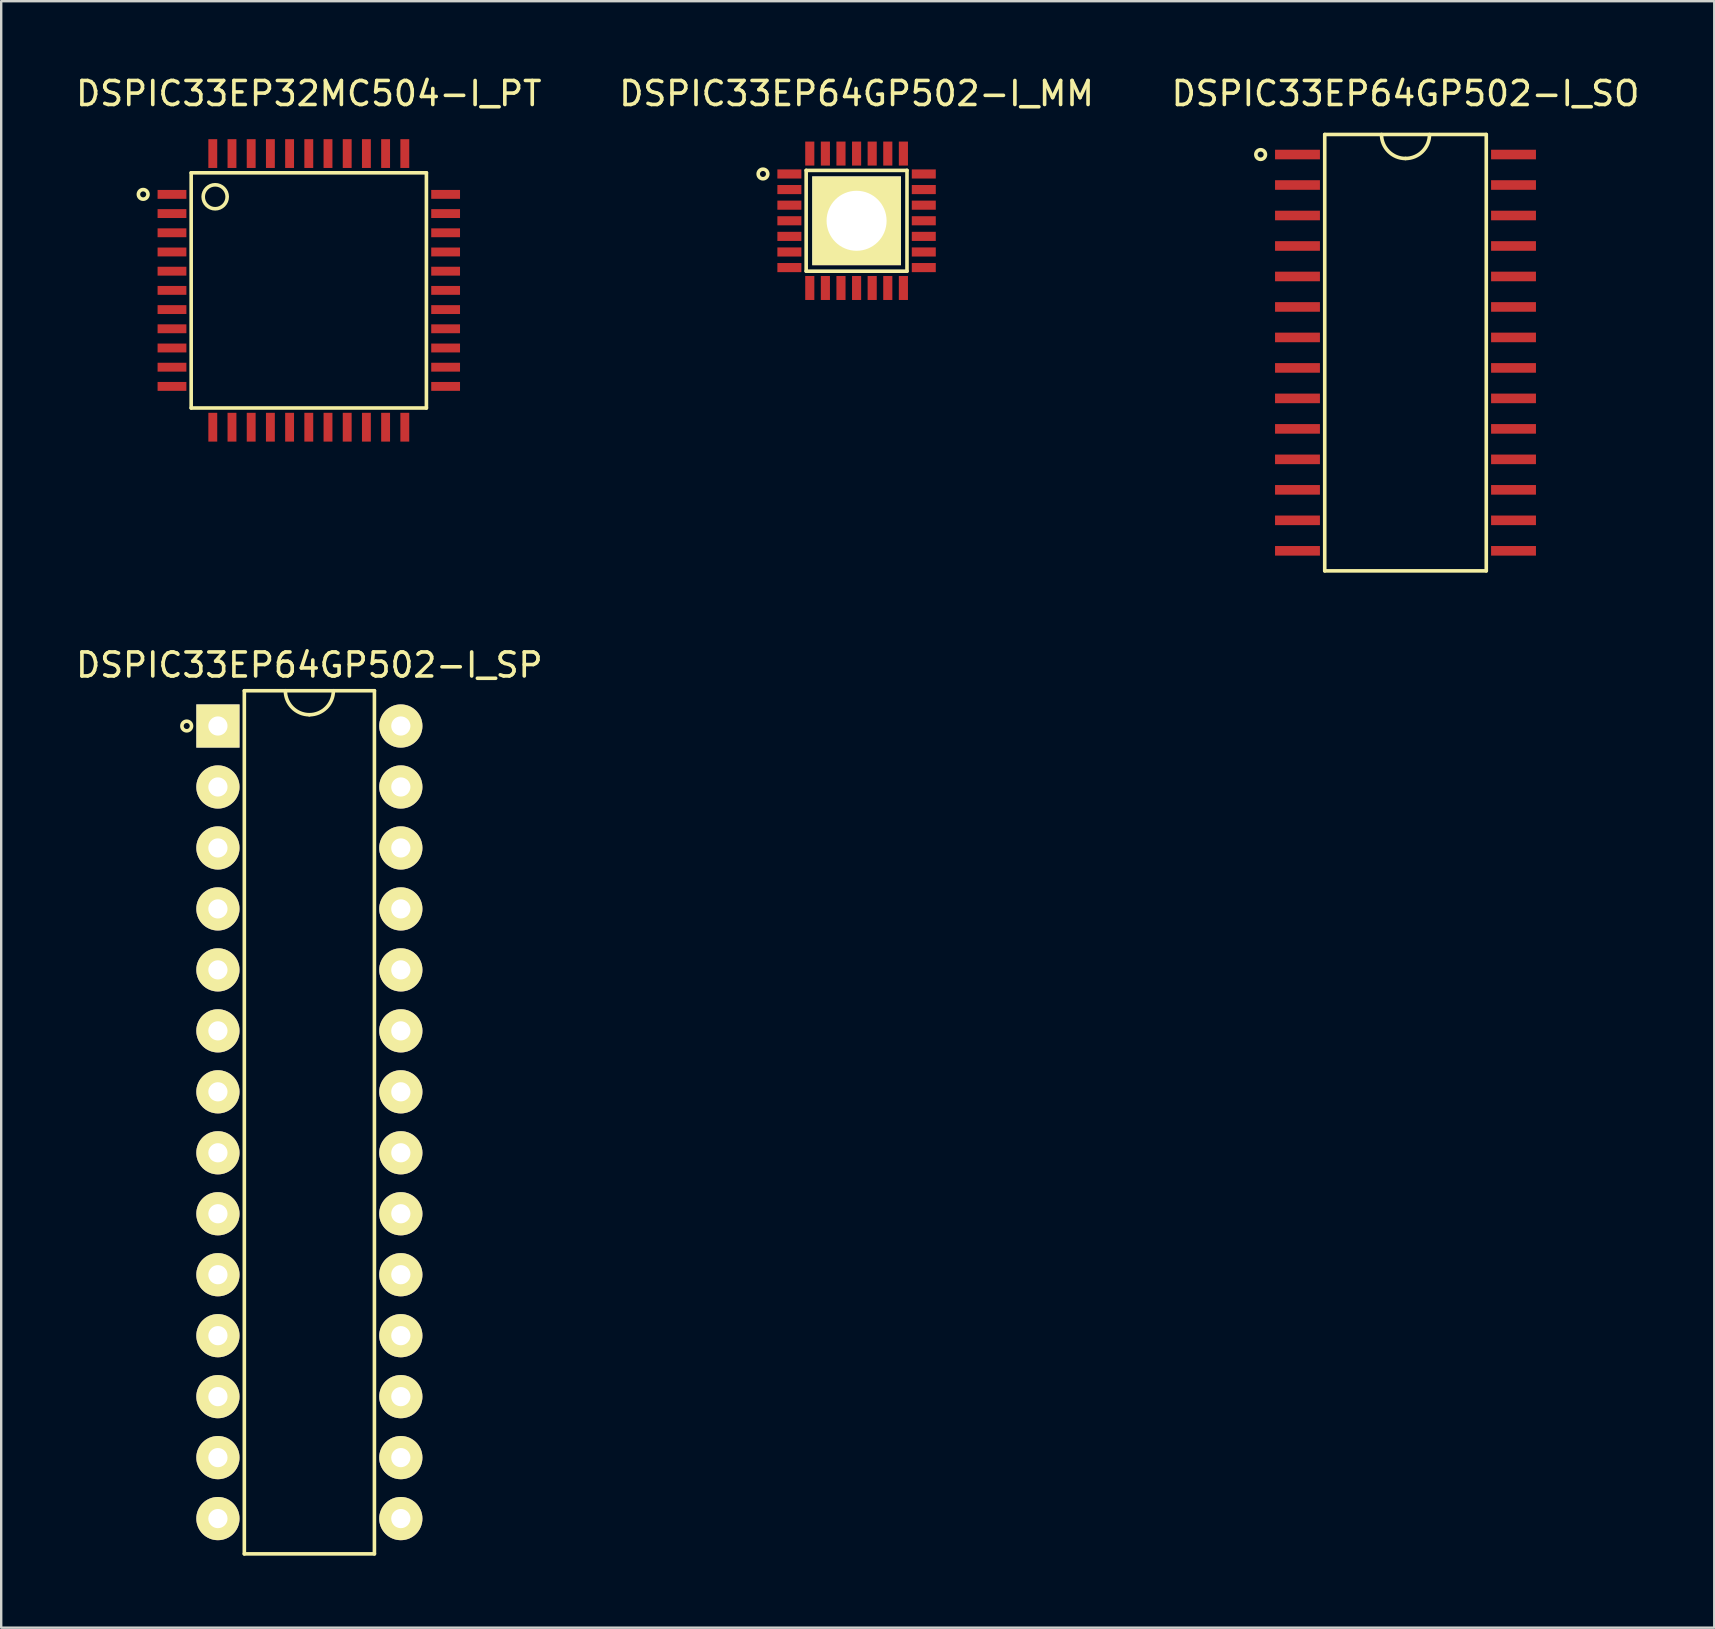
<source format=kicad_pcb>
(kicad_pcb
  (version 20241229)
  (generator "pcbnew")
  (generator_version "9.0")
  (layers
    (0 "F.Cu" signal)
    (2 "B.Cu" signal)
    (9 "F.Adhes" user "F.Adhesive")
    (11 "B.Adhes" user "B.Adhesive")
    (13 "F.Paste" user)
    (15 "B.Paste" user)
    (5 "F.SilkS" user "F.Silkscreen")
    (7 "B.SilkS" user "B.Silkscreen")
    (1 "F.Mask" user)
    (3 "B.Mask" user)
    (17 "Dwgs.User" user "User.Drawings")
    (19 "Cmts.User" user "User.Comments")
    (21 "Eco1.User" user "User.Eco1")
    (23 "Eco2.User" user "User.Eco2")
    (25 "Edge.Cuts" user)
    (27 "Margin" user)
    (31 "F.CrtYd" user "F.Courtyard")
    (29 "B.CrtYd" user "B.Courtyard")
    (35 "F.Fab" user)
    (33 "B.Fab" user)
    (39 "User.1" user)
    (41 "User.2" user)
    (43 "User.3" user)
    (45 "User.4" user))
  (footprint "DSPIC33EP64GP502-I_SO"
    (layer "F.Cu")
    (at 51.006 3.388)
    (property "Reference" "DSPIC33EP64GP502-I_SO" (at 4.5 -2.54 0) (layer "F.SilkS") (effects (font (size 1 1) (thickness 0.15))))
    (attr through_hole)
    (fp_line (start 1.135 -0.835) (end 7.865 -0.835) (stroke (width 0.15) (type solid)) (layer "F.SilkS"))
    (fp_line (start 1.135 17.345) (end 1.135 -0.835) (stroke (width 0.15) (type solid)) (layer "F.SilkS"))
    (fp_line (start 7.865 -0.835) (end 7.865 17.345) (stroke (width 0.15) (type solid)) (layer "F.SilkS"))
    (fp_line (start 7.865 17.345) (end 1.135 17.345) (stroke (width 0.15) (type solid)) (layer "F.SilkS"))
    (fp_arc (start 4.5 0.165) (mid 3.792893 -0.127893) (end 3.5 -0.835) (stroke (width 0.15) (type solid)) (layer "F.SilkS"))
    (fp_arc (start 5.5 -0.835) (mid 5.207107 -0.127893) (end 4.5 0.165) (stroke (width 0.15) (type solid)) (layer "F.SilkS"))
    (fp_circle (center -1.535 0) (end -1.535 0.2) (stroke (width 0.15) (type solid)) (fill no) (layer "F.SilkS"))
    (pad "1" smd rect (at 0 0) (size 1.87 0.4) (layers "F.Cu" "F.Mask" "F.Paste"))
    (pad "2" smd rect (at 0 1.27) (size 1.87 0.4) (layers "F.Cu" "F.Mask" "F.Paste"))
    (pad "3" smd rect (at 0 2.54) (size 1.87 0.4) (layers "F.Cu" "F.Mask" "F.Paste"))
    (pad "4" smd rect (at 0 3.81) (size 1.87 0.4) (layers "F.Cu" "F.Mask" "F.Paste"))
    (pad "5" smd rect (at 0 5.08) (size 1.87 0.4) (layers "F.Cu" "F.Mask" "F.Paste"))
    (pad "6" smd rect (at 0 6.35) (size 1.87 0.4) (layers "F.Cu" "F.Mask" "F.Paste"))
    (pad "7" smd rect (at 0 7.62) (size 1.87 0.4) (layers "F.Cu" "F.Mask" "F.Paste"))
    (pad "8" smd rect (at 0 8.89) (size 1.87 0.4) (layers "F.Cu" "F.Mask" "F.Paste"))
    (pad "9" smd rect (at 0 10.16) (size 1.87 0.4) (layers "F.Cu" "F.Mask" "F.Paste"))
    (pad "10" smd rect (at 0 11.43) (size 1.87 0.4) (layers "F.Cu" "F.Mask" "F.Paste"))
    (pad "11" smd rect (at 0 12.7) (size 1.87 0.4) (layers "F.Cu" "F.Mask" "F.Paste"))
    (pad "12" smd rect (at 0 13.97) (size 1.87 0.4) (layers "F.Cu" "F.Mask" "F.Paste"))
    (pad "13" smd rect (at 0 15.24) (size 1.87 0.4) (layers "F.Cu" "F.Mask" "F.Paste"))
    (pad "14" smd rect (at 0 16.51) (size 1.87 0.4) (layers "F.Cu" "F.Mask" "F.Paste"))
    (pad "15" smd rect (at 9 16.51) (size 1.87 0.4) (layers "F.Cu" "F.Mask" "F.Paste"))
    (pad "16" smd rect (at 9 15.24) (size 1.87 0.4) (layers "F.Cu" "F.Mask" "F.Paste"))
    (pad "17" smd rect (at 9 13.97) (size 1.87 0.4) (layers "F.Cu" "F.Mask" "F.Paste"))
    (pad "18" smd rect (at 9 12.7) (size 1.87 0.4) (layers "F.Cu" "F.Mask" "F.Paste"))
    (pad "19" smd rect (at 9 11.43) (size 1.87 0.4) (layers "F.Cu" "F.Mask" "F.Paste"))
    (pad "20" smd rect (at 9 10.16) (size 1.87 0.4) (layers "F.Cu" "F.Mask" "F.Paste"))
    (pad "21" smd rect (at 9 8.89) (size 1.87 0.4) (layers "F.Cu" "F.Mask" "F.Paste"))
    (pad "22" smd rect (at 9 7.62) (size 1.87 0.4) (layers "F.Cu" "F.Mask" "F.Paste"))
    (pad "23" smd rect (at 9 6.35) (size 1.87 0.4) (layers "F.Cu" "F.Mask" "F.Paste"))
    (pad "24" smd rect (at 9 5.08) (size 1.87 0.4) (layers "F.Cu" "F.Mask" "F.Paste"))
    (pad "25" smd rect (at 9 3.81) (size 1.87 0.4) (layers "F.Cu" "F.Mask" "F.Paste"))
    (pad "26" smd rect (at 9 2.54) (size 1.87 0.4) (layers "F.Cu" "F.Mask" "F.Paste"))
    (pad "27" smd rect (at 9 1.27) (size 1.87 0.4) (layers "F.Cu" "F.Mask" "F.Paste"))
    (pad "28" smd rect (at 9 0) (size 1.87 0.4) (layers "F.Cu" "F.Mask" "F.Paste")))
  (footprint "DSPIC33EP64GP502-I_SP"
    (layer "F.Cu")
    (at 6.029 27.197)
    (property "Reference" "DSPIC33EP64GP502-I_SP" (at 3.81 -2.54 0) (layer "F.SilkS") (effects (font (size 1 1) (thickness 0.15))))
    (attr through_hole)
    (fp_line (start 1.1 -1.47) (end 6.52 -1.47) (stroke (width 0.15) (type solid)) (layer "F.SilkS"))
    (fp_line (start 1.1 34.49) (end 1.1 -1.47) (stroke (width 0.15) (type solid)) (layer "F.SilkS"))
    (fp_line (start 6.52 -1.47) (end 6.52 34.49) (stroke (width 0.15) (type solid)) (layer "F.SilkS"))
    (fp_line (start 6.52 34.49) (end 1.1 34.49) (stroke (width 0.15) (type solid)) (layer "F.SilkS"))
    (fp_arc (start 3.81 -0.47) (mid 3.102893 -0.762893) (end 2.81 -1.47) (stroke (width 0.15) (type solid)) (layer "F.SilkS"))
    (fp_arc (start 4.81 -1.47) (mid 4.517107 -0.762893) (end 3.81 -0.47) (stroke (width 0.15) (type solid)) (layer "F.SilkS"))
    (fp_circle (center -1.3 0) (end -1.3 0.2) (stroke (width 0.15) (type solid)) (fill no) (layer "F.SilkS"))
    (pad "1" thru_hole rect (at 0 0) (size 1.8 1.8) (drill 0.8) (layers "*.Cu" "*.Mask" "F.SilkS"))
    (pad "2" thru_hole circle (at 0 2.54) (size 1.8 1.8) (drill 0.8) (layers "*.Cu" "*.Mask" "F.SilkS"))
    (pad "3" thru_hole circle (at 0 5.08) (size 1.8 1.8) (drill 0.8) (layers "*.Cu" "*.Mask" "F.SilkS"))
    (pad "4" thru_hole circle (at 0 7.62) (size 1.8 1.8) (drill 0.8) (layers "*.Cu" "*.Mask" "F.SilkS"))
    (pad "5" thru_hole circle (at 0 10.16) (size 1.8 1.8) (drill 0.8) (layers "*.Cu" "*.Mask" "F.SilkS"))
    (pad "6" thru_hole circle (at 0 12.7) (size 1.8 1.8) (drill 0.8) (layers "*.Cu" "*.Mask" "F.SilkS"))
    (pad "7" thru_hole circle (at 0 15.24) (size 1.8 1.8) (drill 0.8) (layers "*.Cu" "*.Mask" "F.SilkS"))
    (pad "8" thru_hole circle (at 0 17.78) (size 1.8 1.8) (drill 0.8) (layers "*.Cu" "*.Mask" "F.SilkS"))
    (pad "9" thru_hole circle (at 0 20.32) (size 1.8 1.8) (drill 0.8) (layers "*.Cu" "*.Mask" "F.SilkS"))
    (pad "10" thru_hole circle (at 0 22.86) (size 1.8 1.8) (drill 0.8) (layers "*.Cu" "*.Mask" "F.SilkS"))
    (pad "11" thru_hole circle (at 0 25.4) (size 1.8 1.8) (drill 0.8) (layers "*.Cu" "*.Mask" "F.SilkS"))
    (pad "12" thru_hole circle (at 0 27.94) (size 1.8 1.8) (drill 0.8) (layers "*.Cu" "*.Mask" "F.SilkS"))
    (pad "13" thru_hole circle (at 0 30.48) (size 1.8 1.8) (drill 0.8) (layers "*.Cu" "*.Mask" "F.SilkS"))
    (pad "14" thru_hole circle (at 0 33.02) (size 1.8 1.8) (drill 0.8) (layers "*.Cu" "*.Mask" "F.SilkS"))
    (pad "15" thru_hole circle (at 7.62 33.02) (size 1.8 1.8) (drill 0.8) (layers "*.Cu" "*.Mask" "F.SilkS"))
    (pad "16" thru_hole circle (at 7.62 30.48) (size 1.8 1.8) (drill 0.8) (layers "*.Cu" "*.Mask" "F.SilkS"))
    (pad "17" thru_hole circle (at 7.62 27.94) (size 1.8 1.8) (drill 0.8) (layers "*.Cu" "*.Mask" "F.SilkS"))
    (pad "18" thru_hole circle (at 7.62 25.4) (size 1.8 1.8) (drill 0.8) (layers "*.Cu" "*.Mask" "F.SilkS"))
    (pad "19" thru_hole circle (at 7.62 22.86) (size 1.8 1.8) (drill 0.8) (layers "*.Cu" "*.Mask" "F.SilkS"))
    (pad "20" thru_hole circle (at 7.62 20.32) (size 1.8 1.8) (drill 0.8) (layers "*.Cu" "*.Mask" "F.SilkS"))
    (pad "21" thru_hole circle (at 7.62 17.78) (size 1.8 1.8) (drill 0.8) (layers "*.Cu" "*.Mask" "F.SilkS"))
    (pad "22" thru_hole circle (at 7.62 15.24) (size 1.8 1.8) (drill 0.8) (layers "*.Cu" "*.Mask" "F.SilkS"))
    (pad "23" thru_hole circle (at 7.62 12.7) (size 1.8 1.8) (drill 0.8) (layers "*.Cu" "*.Mask" "F.SilkS"))
    (pad "24" thru_hole circle (at 7.62 10.16) (size 1.8 1.8) (drill 0.8) (layers "*.Cu" "*.Mask" "F.SilkS"))
    (pad "25" thru_hole circle (at 7.62 7.62) (size 1.8 1.8) (drill 0.8) (layers "*.Cu" "*.Mask" "F.SilkS"))
    (pad "26" thru_hole circle (at 7.62 5.08) (size 1.8 1.8) (drill 0.8) (layers "*.Cu" "*.Mask" "F.SilkS"))
    (pad "27" thru_hole circle (at 7.62 2.54) (size 1.8 1.8) (drill 0.8) (layers "*.Cu" "*.Mask" "F.SilkS"))
    (pad "28" thru_hole circle (at 7.62 0) (size 1.8 1.8) (drill 0.8) (layers "*.Cu" "*.Mask" "F.SilkS")))
  (footprint "DSPIC33EP32MC504-I_PT"
    (layer "F.Cu")
    (at 4.115 3.348)
    (property "Reference" "DSPIC33EP32MC504-I_PT" (at 5.7 -2.5 0) (layer "F.SilkS") (effects (font (size 1 1) (thickness 0.15))))
    (attr through_hole)
    (fp_line (start 0.8 0.8) (end 0.8 10.6) (stroke (width 0.15) (type solid)) (layer "F.SilkS"))
    (fp_line (start 0.8 0.8) (end 10.6 0.8) (stroke (width 0.15) (type solid)) (layer "F.SilkS"))
    (fp_line (start 0.8 10.6) (end 10.6 10.6) (stroke (width 0.15) (type solid)) (layer "F.SilkS"))
    (fp_line (start 10.6 10.6) (end 10.6 0.8) (stroke (width 0.15) (type solid)) (layer "F.SilkS"))
    (fp_circle (center -1.2 1.7) (end -1.2 1.5) (stroke (width 0.15) (type solid)) (fill no) (layer "F.SilkS"))
    (fp_circle (center 1.8 1.8) (end 1.8 1.3) (stroke (width 0.15) (type solid)) (fill no) (layer "F.SilkS"))
    (pad "1" smd rect (at 0 1.7) (size 1.2 0.37) (layers "F.Cu" "F.Mask" "F.Paste"))
    (pad "2" smd rect (at 0 2.5) (size 1.2 0.37) (layers "F.Cu" "F.Mask" "F.Paste"))
    (pad "3" smd rect (at 0 3.3) (size 1.2 0.37) (layers "F.Cu" "F.Mask" "F.Paste"))
    (pad "4" smd rect (at 0 4.1) (size 1.2 0.37) (layers "F.Cu" "F.Mask" "F.Paste"))
    (pad "5" smd rect (at 0 4.9) (size 1.2 0.37) (layers "F.Cu" "F.Mask" "F.Paste"))
    (pad "6" smd rect (at 0 5.7) (size 1.2 0.37) (layers "F.Cu" "F.Mask" "F.Paste"))
    (pad "7" smd rect (at 0 6.5) (size 1.2 0.37) (layers "F.Cu" "F.Mask" "F.Paste"))
    (pad "8" smd rect (at 0 7.3) (size 1.2 0.37) (layers "F.Cu" "F.Mask" "F.Paste"))
    (pad "9" smd rect (at 0 8.1) (size 1.2 0.37) (layers "F.Cu" "F.Mask" "F.Paste"))
    (pad "10" smd rect (at 0 8.9) (size 1.2 0.37) (layers "F.Cu" "F.Mask" "F.Paste"))
    (pad "11" smd rect (at 0 9.7) (size 1.2 0.37) (layers "F.Cu" "F.Mask" "F.Paste"))
    (pad "12" smd rect (at 1.7 11.4) (size 0.37 1.2) (layers "F.Cu" "F.Mask" "F.Paste"))
    (pad "13" smd rect (at 2.5 11.4) (size 0.37 1.2) (layers "F.Cu" "F.Mask" "F.Paste"))
    (pad "14" smd rect (at 3.3 11.4) (size 0.37 1.2) (layers "F.Cu" "F.Mask" "F.Paste"))
    (pad "15" smd rect (at 4.1 11.4) (size 0.37 1.2) (layers "F.Cu" "F.Mask" "F.Paste"))
    (pad "16" smd rect (at 4.9 11.4) (size 0.37 1.2) (layers "F.Cu" "F.Mask" "F.Paste"))
    (pad "17" smd rect (at 5.7 11.4) (size 0.37 1.2) (layers "F.Cu" "F.Mask" "F.Paste"))
    (pad "18" smd rect (at 6.5 11.4) (size 0.37 1.2) (layers "F.Cu" "F.Mask" "F.Paste"))
    (pad "19" smd rect (at 7.3 11.4) (size 0.37 1.2) (layers "F.Cu" "F.Mask" "F.Paste"))
    (pad "20" smd rect (at 8.1 11.4) (size 0.37 1.2) (layers "F.Cu" "F.Mask" "F.Paste"))
    (pad "21" smd rect (at 8.9 11.4) (size 0.37 1.2) (layers "F.Cu" "F.Mask" "F.Paste"))
    (pad "22" smd rect (at 9.7 11.4) (size 0.37 1.2) (layers "F.Cu" "F.Mask" "F.Paste"))
    (pad "23" smd rect (at 11.4 9.7) (size 1.2 0.37) (layers "F.Cu" "F.Mask" "F.Paste"))
    (pad "24" smd rect (at 11.4 8.9) (size 1.2 0.37) (layers "F.Cu" "F.Mask" "F.Paste"))
    (pad "25" smd rect (at 11.4 8.1) (size 1.2 0.37) (layers "F.Cu" "F.Mask" "F.Paste"))
    (pad "26" smd rect (at 11.4 7.3) (size 1.2 0.37) (layers "F.Cu" "F.Mask" "F.Paste"))
    (pad "27" smd rect (at 11.4 6.5) (size 1.2 0.37) (layers "F.Cu" "F.Mask" "F.Paste"))
    (pad "28" smd rect (at 11.4 5.7) (size 1.2 0.37) (layers "F.Cu" "F.Mask" "F.Paste"))
    (pad "29" smd rect (at 11.4 4.9) (size 1.2 0.37) (layers "F.Cu" "F.Mask" "F.Paste"))
    (pad "30" smd rect (at 11.4 4.1) (size 1.2 0.37) (layers "F.Cu" "F.Mask" "F.Paste"))
    (pad "31" smd rect (at 11.4 3.3) (size 1.2 0.37) (layers "F.Cu" "F.Mask" "F.Paste"))
    (pad "32" smd rect (at 11.4 2.5) (size 1.2 0.37) (layers "F.Cu" "F.Mask" "F.Paste"))
    (pad "33" smd rect (at 11.4 1.7) (size 1.2 0.37) (layers "F.Cu" "F.Mask" "F.Paste"))
    (pad "34" smd rect (at 9.7 0) (size 0.37 1.2) (layers "F.Cu" "F.Mask" "F.Paste"))
    (pad "35" smd rect (at 8.9 0) (size 0.37 1.2) (layers "F.Cu" "F.Mask" "F.Paste"))
    (pad "36" smd rect (at 8.1 0) (size 0.37 1.2) (layers "F.Cu" "F.Mask" "F.Paste"))
    (pad "37" smd rect (at 7.3 0) (size 0.37 1.2) (layers "F.Cu" "F.Mask" "F.Paste"))
    (pad "38" smd rect (at 6.5 0) (size 0.37 1.2) (layers "F.Cu" "F.Mask" "F.Paste"))
    (pad "39" smd rect (at 5.7 0) (size 0.37 1.2) (layers "F.Cu" "F.Mask" "F.Paste"))
    (pad "40" smd rect (at 4.9 0) (size 0.37 1.2) (layers "F.Cu" "F.Mask" "F.Paste"))
    (pad "41" smd rect (at 4.1 0) (size 0.37 1.2) (layers "F.Cu" "F.Mask" "F.Paste"))
    (pad "42" smd rect (at 3.3 0) (size 0.37 1.2) (layers "F.Cu" "F.Mask" "F.Paste"))
    (pad "43" smd rect (at 2.5 0) (size 0.37 1.2) (layers "F.Cu" "F.Mask" "F.Paste"))
    (pad "44" smd rect (at 1.7 0) (size 0.37 1.2) (layers "F.Cu" "F.Mask" "F.Paste")))
  (footprint "DSPIC33EP64GP502-I_MM"
    (layer "F.Cu")
    (at 29.837 3.348)
    (property "Reference" "DSPIC33EP64GP502-I_MM" (at 2.8 -2.5 0) (layer "F.SilkS") (effects (font (size 1 1) (thickness 0.15))))
    (attr through_hole)
    (fp_line (start 0.7 0.7) (end 0.7 4.9) (stroke (width 0.15) (type solid)) (layer "F.SilkS"))
    (fp_line (start 0.7 0.7) (end 4.9 0.7) (stroke (width 0.15) (type solid)) (layer "F.SilkS"))
    (fp_line (start 0.7 4.9) (end 4.9 4.9) (stroke (width 0.15) (type solid)) (layer "F.SilkS"))
    (fp_line (start 4.9 4.9) (end 4.9 0.7) (stroke (width 0.15) (type solid)) (layer "F.SilkS"))
    (fp_circle (center -1.1 0.85) (end -1.1 0.65) (stroke (width 0.15) (type solid)) (fill no) (layer "F.SilkS"))
    (fp_circle (center 1.7 1.7) (end 1.7 1.2) (stroke (width 0.15) (type solid)) (fill no) (layer "F.SilkS"))
    (pad "1" smd rect (at 0 0.85) (size 1 0.38) (layers "F.Cu" "F.Mask" "F.Paste"))
    (pad "2" smd rect (at 0 1.5) (size 1 0.38) (layers "F.Cu" "F.Mask" "F.Paste"))
    (pad "3" smd rect (at 0 2.15) (size 1 0.38) (layers "F.Cu" "F.Mask" "F.Paste"))
    (pad "4" smd rect (at 0 2.8) (size 1 0.38) (layers "F.Cu" "F.Mask" "F.Paste"))
    (pad "5" smd rect (at 0 3.45) (size 1 0.38) (layers "F.Cu" "F.Mask" "F.Paste"))
    (pad "6" smd rect (at 0 4.1) (size 1 0.38) (layers "F.Cu" "F.Mask" "F.Paste"))
    (pad "7" smd rect (at 0 4.75) (size 1 0.38) (layers "F.Cu" "F.Mask" "F.Paste"))
    (pad "8" smd rect (at 0.85 5.6) (size 0.38 1) (layers "F.Cu" "F.Mask" "F.Paste"))
    (pad "9" smd rect (at 1.5 5.6) (size 0.38 1) (layers "F.Cu" "F.Mask" "F.Paste"))
    (pad "10" smd rect (at 2.15 5.6) (size 0.38 1) (layers "F.Cu" "F.Mask" "F.Paste"))
    (pad "11" smd rect (at 2.8 5.6) (size 0.38 1) (layers "F.Cu" "F.Mask" "F.Paste"))
    (pad "12" smd rect (at 3.45 5.6) (size 0.38 1) (layers "F.Cu" "F.Mask" "F.Paste"))
    (pad "13" smd rect (at 4.1 5.6) (size 0.38 1) (layers "F.Cu" "F.Mask" "F.Paste"))
    (pad "14" smd rect (at 4.75 5.6) (size 0.38 1) (layers "F.Cu" "F.Mask" "F.Paste"))
    (pad "15" smd rect (at 5.6 4.75) (size 1 0.38) (layers "F.Cu" "F.Mask" "F.Paste"))
    (pad "16" smd rect (at 5.6 4.1) (size 1 0.38) (layers "F.Cu" "F.Mask" "F.Paste"))
    (pad "17" smd rect (at 5.6 3.45) (size 1 0.38) (layers "F.Cu" "F.Mask" "F.Paste"))
    (pad "18" smd rect (at 5.6 2.8) (size 1 0.38) (layers "F.Cu" "F.Mask" "F.Paste"))
    (pad "19" smd rect (at 5.6 2.15) (size 1 0.38) (layers "F.Cu" "F.Mask" "F.Paste"))
    (pad "20" smd rect (at 5.6 1.5) (size 1 0.38) (layers "F.Cu" "F.Mask" "F.Paste"))
    (pad "21" smd rect (at 5.6 0.85) (size 1 0.38) (layers "F.Cu" "F.Mask" "F.Paste"))
    (pad "22" smd rect (at 4.75 0) (size 0.38 1) (layers "F.Cu" "F.Mask" "F.Paste"))
    (pad "23" smd rect (at 4.1 0) (size 0.38 1) (layers "F.Cu" "F.Mask" "F.Paste"))
    (pad "24" smd rect (at 3.45 0) (size 0.38 1) (layers "F.Cu" "F.Mask" "F.Paste"))
    (pad "25" smd rect (at 2.8 0) (size 0.38 1) (layers "F.Cu" "F.Mask" "F.Paste"))
    (pad "26" smd rect (at 2.15 0) (size 0.38 1) (layers "F.Cu" "F.Mask" "F.Paste"))
    (pad "27" smd rect (at 1.5 0) (size 0.38 1) (layers "F.Cu" "F.Mask" "F.Paste"))
    (pad "28" smd rect (at 0.85 0) (size 0.38 1) (layers "F.Cu" "F.Mask" "F.Paste"))
    (pad "999" thru_hole rect (at 2.8 2.8) (size 3.7 3.7) (drill 2.5) (layers "*.Cu" "*.Mask" "F.SilkS")))
  (gr_rect
    (start -3 -3)
    (end 68.369 64.761)
    (stroke (width 0.1) (type default))
    (fill no)
    (layer "Edge.Cuts")))
</source>
